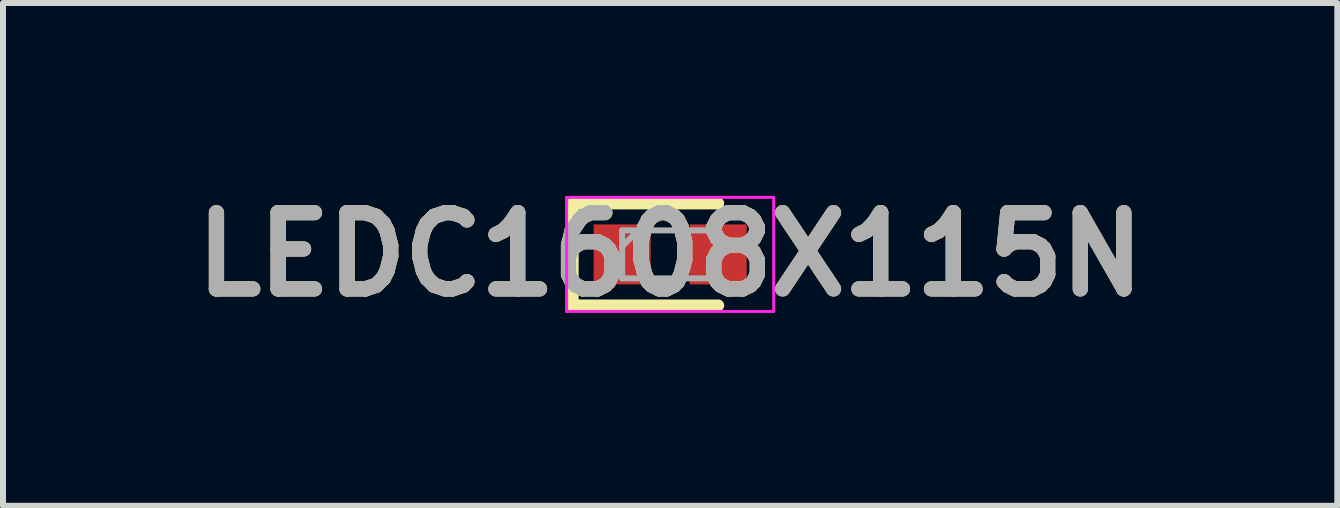
<source format=kicad_pcb>
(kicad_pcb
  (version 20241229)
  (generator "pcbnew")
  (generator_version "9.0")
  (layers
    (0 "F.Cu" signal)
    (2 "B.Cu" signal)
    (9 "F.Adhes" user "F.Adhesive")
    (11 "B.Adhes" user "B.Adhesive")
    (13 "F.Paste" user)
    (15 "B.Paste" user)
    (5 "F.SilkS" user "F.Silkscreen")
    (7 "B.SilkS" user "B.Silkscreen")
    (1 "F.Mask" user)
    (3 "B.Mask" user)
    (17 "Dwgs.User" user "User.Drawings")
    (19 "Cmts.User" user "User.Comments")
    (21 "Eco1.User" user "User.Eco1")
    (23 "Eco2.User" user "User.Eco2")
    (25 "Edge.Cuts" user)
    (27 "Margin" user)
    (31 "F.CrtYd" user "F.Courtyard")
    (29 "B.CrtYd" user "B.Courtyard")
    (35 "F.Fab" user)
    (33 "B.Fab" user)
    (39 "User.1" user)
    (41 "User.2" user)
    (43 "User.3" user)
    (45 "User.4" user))
  (footprint "LEDC1608X115N"
    (layer "F.Cu")
    (at 8.116 1.189)
    (property "Reference" "LEDC1608X115N" (at 0 0 0) (layer "F.SilkS") (effects (font (size 1.27 1.27) (thickness 0.254))))
    (attr smd)
    (fp_line (start -1.625 -0.85) (end -1.625 0.85) (stroke (width 0.2) (type solid)) (layer "F.SilkS"))
    (fp_line (start -1.625 0.85) (end 0.8 0.85) (stroke (width 0.2) (type solid)) (layer "F.SilkS"))
    (fp_line (start 0.8 -0.85) (end -1.625 -0.85) (stroke (width 0.2) (type solid)) (layer "F.SilkS"))
    (fp_line (start -1.725 -0.95) (end 1.725 -0.95) (stroke (width 0.05) (type solid)) (layer "F.CrtYd"))
    (fp_line (start -1.725 0.95) (end -1.725 -0.95) (stroke (width 0.05) (type solid)) (layer "F.CrtYd"))
    (fp_line (start 1.725 -0.95) (end 1.725 0.95) (stroke (width 0.05) (type solid)) (layer "F.CrtYd"))
    (fp_line (start 1.725 0.95) (end -1.725 0.95) (stroke (width 0.05) (type solid)) (layer "F.CrtYd"))
    (fp_line (start -0.8 -0.4) (end 0.8 -0.4) (stroke (width 0.1) (type solid)) (layer "F.Fab"))
    (fp_line (start -0.8 -0.133) (end -0.533 -0.4) (stroke (width 0.1) (type solid)) (layer "F.Fab"))
    (fp_line (start -0.8 0.4) (end -0.8 -0.4) (stroke (width 0.1) (type solid)) (layer "F.Fab"))
    (fp_line (start 0.8 -0.4) (end 0.8 0.4) (stroke (width 0.1) (type solid)) (layer "F.Fab"))
    (fp_line (start 0.8 0.4) (end -0.8 0.4) (stroke (width 0.1) (type solid)) (layer "F.Fab"))
    (fp_text user "${REFERENCE}" (at 0 0 0) (layer "F.Fab") (effects (font (size 1.27 1.27) (thickness 0.254))))
    (pad "1" smd rect (at -0.8 0) (size 0.95 1) (layers "F.Cu" "F.Mask" "F.Paste"))
    (pad "2" smd rect (at 0.8 0) (size 0.95 1) (layers "F.Cu" "F.Mask" "F.Paste")))
  (gr_rect
    (start -3 -3)
    (end 19.232 5.377)
    (stroke (width 0.1) (type default))
    (fill no)
    (layer "Edge.Cuts")))
</source>
